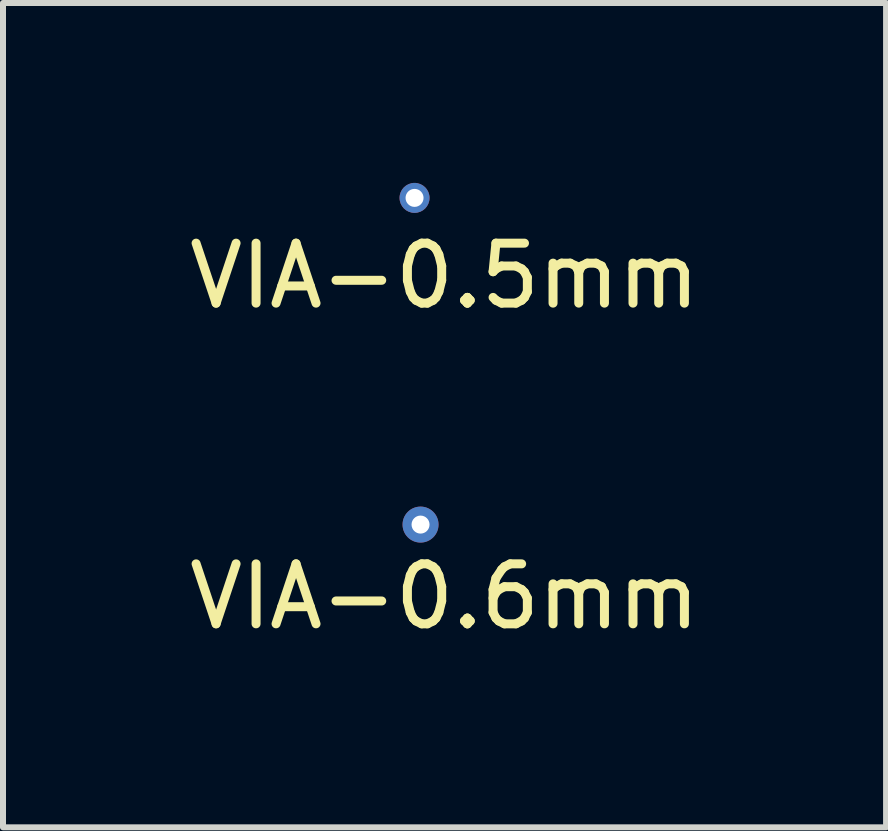
<source format=kicad_pcb>
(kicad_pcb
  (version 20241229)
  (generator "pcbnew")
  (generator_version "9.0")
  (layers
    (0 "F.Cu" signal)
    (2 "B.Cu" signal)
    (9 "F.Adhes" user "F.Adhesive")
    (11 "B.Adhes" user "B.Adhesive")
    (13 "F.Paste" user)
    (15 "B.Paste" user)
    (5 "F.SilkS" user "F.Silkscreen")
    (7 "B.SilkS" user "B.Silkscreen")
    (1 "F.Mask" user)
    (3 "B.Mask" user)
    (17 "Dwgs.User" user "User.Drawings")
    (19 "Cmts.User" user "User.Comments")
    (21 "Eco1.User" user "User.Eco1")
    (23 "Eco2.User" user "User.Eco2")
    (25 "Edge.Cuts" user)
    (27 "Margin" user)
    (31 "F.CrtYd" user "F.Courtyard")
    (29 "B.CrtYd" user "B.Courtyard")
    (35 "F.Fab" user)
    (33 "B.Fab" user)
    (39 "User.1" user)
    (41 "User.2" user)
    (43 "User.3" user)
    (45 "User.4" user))
  (footprint "VIA-0.5mm"
    (layer "F.Cu")
    (at 3.863 0.25)
    (property "Reference" "VIA-0.5mm" (at 0.5 1.3 0) (layer "F.SilkS") (effects (font (size 1 1) (thickness 0.15))))
    (attr through_hole)
    (pad "1" thru_hole circle (at 0 0) (size 0.5 0.5) (drill 0.3) (layers "*.Cu")))
  (footprint "VIA-0.6mm"
    (layer "F.Cu")
    (at 3.963 5.698)
    (property "Reference" "VIA-0.6mm" (at 0.4 1.2 0) (layer "F.SilkS") (effects (font (size 1 1) (thickness 0.15))))
    (attr through_hole)
    (pad "1" thru_hole circle (at 0 0) (size 0.6 0.6) (drill 0.3) (layers "*.Cu")))
  (gr_rect
    (start -3 -3)
    (end 11.726 10.746)
    (stroke (width 0.1) (type default))
    (fill no)
    (layer "Edge.Cuts")))
</source>
